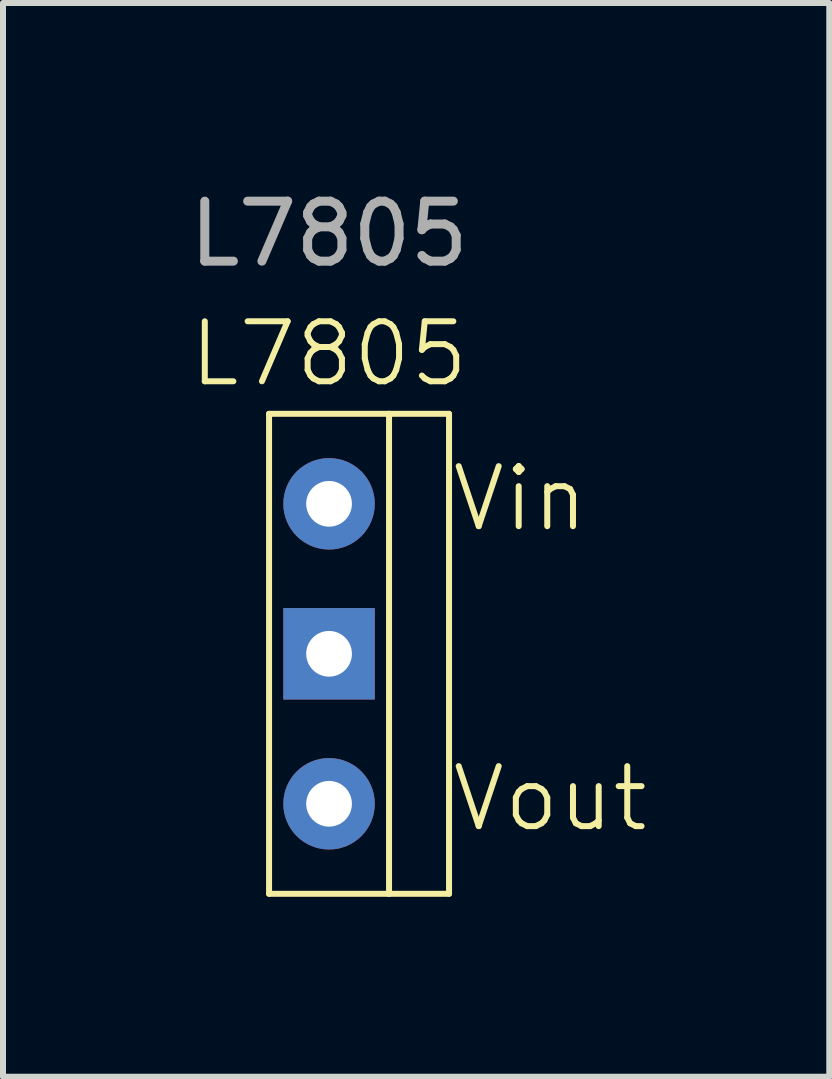
<source format=kicad_pcb>
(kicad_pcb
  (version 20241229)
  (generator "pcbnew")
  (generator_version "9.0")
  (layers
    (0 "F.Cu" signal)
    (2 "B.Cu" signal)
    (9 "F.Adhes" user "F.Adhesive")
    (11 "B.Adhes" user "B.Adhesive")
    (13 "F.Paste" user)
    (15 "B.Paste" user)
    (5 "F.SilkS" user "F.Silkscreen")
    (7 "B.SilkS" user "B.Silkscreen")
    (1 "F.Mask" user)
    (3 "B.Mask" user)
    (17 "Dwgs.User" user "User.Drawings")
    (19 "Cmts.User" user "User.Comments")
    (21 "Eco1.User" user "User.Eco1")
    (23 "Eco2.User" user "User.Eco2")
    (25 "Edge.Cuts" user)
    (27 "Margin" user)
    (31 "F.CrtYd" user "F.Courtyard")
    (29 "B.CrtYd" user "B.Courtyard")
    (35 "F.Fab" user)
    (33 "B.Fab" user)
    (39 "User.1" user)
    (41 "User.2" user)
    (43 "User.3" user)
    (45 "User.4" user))
  (footprint "L7805"
    (layer "F.Cu")
    (at 2.435 7.848)
    (property "Reference" "L7805" (at 0 -5 0) (unlocked yes) (layer "F.SilkS") (effects (font (size 1 1) (thickness 0.1))))
    (attr through_hole)
    (fp_line (start -1 4) (end -1 -4) (stroke (width 0.1) (type default)) (layer "F.SilkS"))
    (fp_line (start 1 -4) (end -1 -4) (stroke (width 0.1) (type default)) (layer "F.SilkS"))
    (fp_line (start 1 -4) (end 1 4) (stroke (width 0.1) (type default)) (layer "F.SilkS"))
    (fp_line (start 1 4) (end -1 4) (stroke (width 0.1) (type default)) (layer "F.SilkS"))
    (fp_line (start 2 -4) (end 1 -4) (stroke (width 0.1) (type default)) (layer "F.SilkS"))
    (fp_line (start 2 -4) (end 2 4) (stroke (width 0.1) (type default)) (layer "F.SilkS"))
    (fp_line (start 2 4) (end 1 4) (stroke (width 0.1) (type default)) (layer "F.SilkS"))
    (fp_text user "Vout" (at 2 3 0) (unlocked yes) (layer "F.SilkS") (effects (font (size 1 1) (thickness 0.1)) (justify left bottom)))
    (fp_text user "Vin" (at 2 -2 0) (unlocked yes) (layer "F.SilkS") (effects (font (size 1 1) (thickness 0.1)) (justify left bottom)))
    (fp_text user "${REFERENCE}" (at 0 -7 0) (unlocked yes) (layer "F.Fab") (effects (font (size 1 1) (thickness 0.15))))
    (pad "1" thru_hole circle (at 0 -2.5) (size 1.524 1.524) (drill 0.762) (layers "*.Cu" "*.Mask"))
    (pad "2" thru_hole rect (at 0 0) (size 1.524 1.524) (drill 0.762) (layers "*.Cu" "*.Mask"))
    (pad "3" thru_hole circle (at 0 2.5) (size 1.524 1.524) (drill 0.762) (layers "*.Cu" "*.Mask")))
  (gr_rect
    (start -3 -3)
    (end 10.773 14.898)
    (stroke (width 0.1) (type default))
    (fill no)
    (layer "Edge.Cuts")))
</source>
